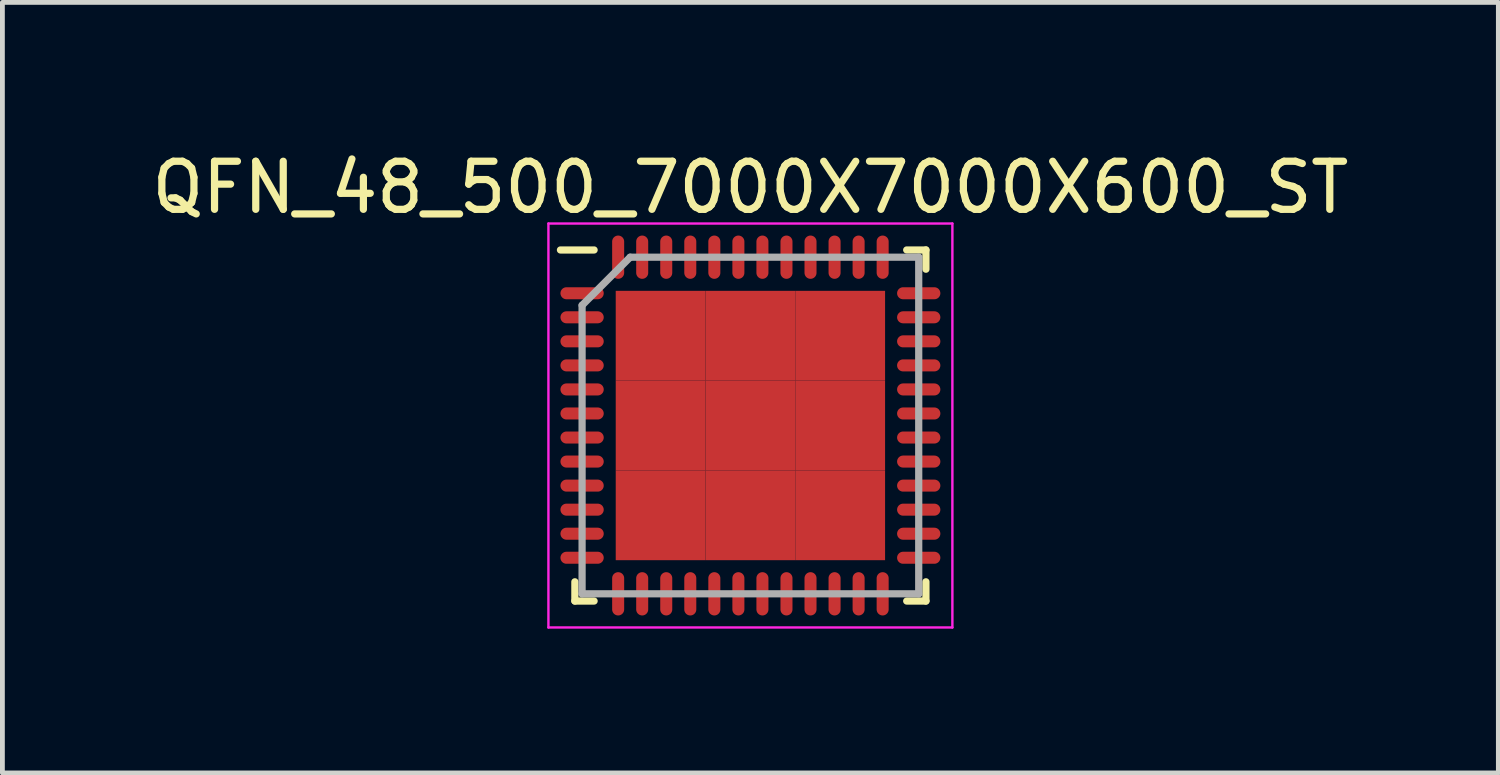
<source format=kicad_pcb>
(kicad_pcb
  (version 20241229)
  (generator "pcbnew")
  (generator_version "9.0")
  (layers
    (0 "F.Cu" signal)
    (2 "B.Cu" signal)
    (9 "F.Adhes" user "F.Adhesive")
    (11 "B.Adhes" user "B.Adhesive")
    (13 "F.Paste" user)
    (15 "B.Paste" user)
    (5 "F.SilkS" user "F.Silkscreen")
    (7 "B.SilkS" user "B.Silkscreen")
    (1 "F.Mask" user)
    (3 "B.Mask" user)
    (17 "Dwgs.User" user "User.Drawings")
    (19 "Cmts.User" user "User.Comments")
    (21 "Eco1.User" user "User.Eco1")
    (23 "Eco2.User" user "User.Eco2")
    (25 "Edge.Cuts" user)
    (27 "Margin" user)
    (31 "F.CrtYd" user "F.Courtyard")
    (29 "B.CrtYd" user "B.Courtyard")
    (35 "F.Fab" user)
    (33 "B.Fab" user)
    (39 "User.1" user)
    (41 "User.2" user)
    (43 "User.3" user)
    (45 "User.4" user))
  (footprint "QFN_48_500_7000X7000X600_ST"
    (layer "F.Cu")
    (at 12.554 5.798)
    (property "Reference" "QFN_48_500_7000X7000X600_ST" (at 0 -4.95 0) (layer "F.SilkS") (effects (font (size 1 1) (thickness 0.15))))
    (attr smd)
    (fp_line (start -3.65 3.65) (end -3.65 3.25) (stroke (width 0.15) (type solid)) (layer "F.SilkS"))
    (fp_line (start -3.25 -3.65) (end -3.95 -3.65) (stroke (width 0.15) (type solid)) (layer "F.SilkS"))
    (fp_line (start -3.25 3.65) (end -3.65 3.65) (stroke (width 0.15) (type solid)) (layer "F.SilkS"))
    (fp_line (start 3.25 -3.65) (end 3.65 -3.65) (stroke (width 0.15) (type solid)) (layer "F.SilkS"))
    (fp_line (start 3.25 3.65) (end 3.65 3.65) (stroke (width 0.15) (type solid)) (layer "F.SilkS"))
    (fp_line (start 3.65 -3.65) (end 3.65 -3.25) (stroke (width 0.15) (type solid)) (layer "F.SilkS"))
    (fp_line (start 3.65 3.65) (end 3.65 3.25) (stroke (width 0.15) (type solid)) (layer "F.SilkS"))
    (fp_line (start -4.2 -4.2) (end 4.2 -4.2) (stroke (width 0.05) (type solid)) (layer "F.CrtYd"))
    (fp_line (start -4.2 4.2) (end -4.2 -4.2) (stroke (width 0.05) (type solid)) (layer "F.CrtYd"))
    (fp_line (start 4.2 -4.2) (end 4.2 4.2) (stroke (width 0.05) (type solid)) (layer "F.CrtYd"))
    (fp_line (start 4.2 4.2) (end -4.2 4.2) (stroke (width 0.05) (type solid)) (layer "F.CrtYd"))
    (fp_line (start -3.5 -2.5) (end -3.5 3.5) (stroke (width 0.15) (type solid)) (layer "F.Fab"))
    (fp_line (start -3.5 3.5) (end 3.5 3.5) (stroke (width 0.15) (type solid)) (layer "F.Fab"))
    (fp_line (start -2.5 -3.5) (end -3.5 -2.5) (stroke (width 0.15) (type solid)) (layer "F.Fab"))
    (fp_line (start 3.5 -3.5) (end -2.5 -3.5) (stroke (width 0.15) (type solid)) (layer "F.Fab"))
    (fp_line (start 3.5 3.5) (end 3.5 -3.5) (stroke (width 0.15) (type solid)) (layer "F.Fab"))
    (pad "1" smd oval (at -3.5 -2.75 90) (size 0.25 0.9) (layers "F.Cu" "F.Mask" "F.Paste"))
    (pad "2" smd oval (at -3.5 -2.25 90) (size 0.25 0.9) (layers "F.Cu" "F.Mask" "F.Paste"))
    (pad "3" smd oval (at -3.5 -1.75 90) (size 0.25 0.9) (layers "F.Cu" "F.Mask" "F.Paste"))
    (pad "4" smd oval (at -3.5 -1.25 90) (size 0.25 0.9) (layers "F.Cu" "F.Mask" "F.Paste"))
    (pad "5" smd oval (at -3.5 -0.75 90) (size 0.25 0.9) (layers "F.Cu" "F.Mask" "F.Paste"))
    (pad "6" smd oval (at -3.5 -0.25 90) (size 0.25 0.9) (layers "F.Cu" "F.Mask" "F.Paste"))
    (pad "7" smd oval (at -3.5 0.25 90) (size 0.25 0.9) (layers "F.Cu" "F.Mask" "F.Paste"))
    (pad "8" smd oval (at -3.5 0.75 90) (size 0.25 0.9) (layers "F.Cu" "F.Mask" "F.Paste"))
    (pad "9" smd oval (at -3.5 1.25 90) (size 0.25 0.9) (layers "F.Cu" "F.Mask" "F.Paste"))
    (pad "10" smd oval (at -3.5 1.75 90) (size 0.25 0.9) (layers "F.Cu" "F.Mask" "F.Paste"))
    (pad "11" smd oval (at -3.5 2.25 90) (size 0.25 0.9) (layers "F.Cu" "F.Mask" "F.Paste"))
    (pad "12" smd oval (at -3.5 2.75 90) (size 0.25 0.9) (layers "F.Cu" "F.Mask" "F.Paste"))
    (pad "13" smd oval (at -2.75 3.5) (size 0.25 0.9) (layers "F.Cu" "F.Mask" "F.Paste"))
    (pad "14" smd oval (at -2.25 3.5) (size 0.25 0.9) (layers "F.Cu" "F.Mask" "F.Paste"))
    (pad "15" smd oval (at -1.75 3.5) (size 0.25 0.9) (layers "F.Cu" "F.Mask" "F.Paste"))
    (pad "16" smd oval (at -1.25 3.5) (size 0.25 0.9) (layers "F.Cu" "F.Mask" "F.Paste"))
    (pad "17" smd oval (at -0.75 3.5) (size 0.25 0.9) (layers "F.Cu" "F.Mask" "F.Paste"))
    (pad "18" smd oval (at -0.25 3.5) (size 0.25 0.9) (layers "F.Cu" "F.Mask" "F.Paste"))
    (pad "19" smd oval (at 0.25 3.5) (size 0.25 0.9) (layers "F.Cu" "F.Mask" "F.Paste"))
    (pad "20" smd oval (at 0.75 3.5) (size 0.25 0.9) (layers "F.Cu" "F.Mask" "F.Paste"))
    (pad "21" smd oval (at 1.25 3.5) (size 0.25 0.9) (layers "F.Cu" "F.Mask" "F.Paste"))
    (pad "22" smd oval (at 1.75 3.5) (size 0.25 0.9) (layers "F.Cu" "F.Mask" "F.Paste"))
    (pad "23" smd oval (at 2.25 3.5) (size 0.25 0.9) (layers "F.Cu" "F.Mask" "F.Paste"))
    (pad "24" smd oval (at 2.75 3.5) (size 0.25 0.9) (layers "F.Cu" "F.Mask" "F.Paste"))
    (pad "25" smd oval (at 3.5 2.75 90) (size 0.25 0.9) (layers "F.Cu" "F.Mask" "F.Paste"))
    (pad "26" smd oval (at 3.5 2.25 90) (size 0.25 0.9) (layers "F.Cu" "F.Mask" "F.Paste"))
    (pad "27" smd oval (at 3.5 1.75 90) (size 0.25 0.9) (layers "F.Cu" "F.Mask" "F.Paste"))
    (pad "28" smd oval (at 3.5 1.25 90) (size 0.25 0.9) (layers "F.Cu" "F.Mask" "F.Paste"))
    (pad "29" smd oval (at 3.5 0.75 90) (size 0.25 0.9) (layers "F.Cu" "F.Mask" "F.Paste"))
    (pad "30" smd oval (at 3.5 0.25 90) (size 0.25 0.9) (layers "F.Cu" "F.Mask" "F.Paste"))
    (pad "31" smd oval (at 3.5 -0.25 90) (size 0.25 0.9) (layers "F.Cu" "F.Mask" "F.Paste"))
    (pad "32" smd oval (at 3.5 -0.75 90) (size 0.25 0.9) (layers "F.Cu" "F.Mask" "F.Paste"))
    (pad "33" smd oval (at 3.5 -1.25 90) (size 0.25 0.9) (layers "F.Cu" "F.Mask" "F.Paste"))
    (pad "34" smd oval (at 3.5 -1.75 90) (size 0.25 0.9) (layers "F.Cu" "F.Mask" "F.Paste"))
    (pad "35" smd oval (at 3.5 -2.25 90) (size 0.25 0.9) (layers "F.Cu" "F.Mask" "F.Paste"))
    (pad "36" smd oval (at 3.5 -2.75 90) (size 0.25 0.9) (layers "F.Cu" "F.Mask" "F.Paste"))
    (pad "37" smd oval (at 2.75 -3.5) (size 0.25 0.9) (layers "F.Cu" "F.Mask" "F.Paste"))
    (pad "38" smd oval (at 2.25 -3.5) (size 0.25 0.9) (layers "F.Cu" "F.Mask" "F.Paste"))
    (pad "39" smd oval (at 1.75 -3.5) (size 0.25 0.9) (layers "F.Cu" "F.Mask" "F.Paste"))
    (pad "40" smd oval (at 1.25 -3.5) (size 0.25 0.9) (layers "F.Cu" "F.Mask" "F.Paste"))
    (pad "41" smd oval (at 0.75 -3.5) (size 0.25 0.9) (layers "F.Cu" "F.Mask" "F.Paste"))
    (pad "42" smd oval (at 0.25 -3.5) (size 0.25 0.9) (layers "F.Cu" "F.Mask" "F.Paste"))
    (pad "43" smd oval (at -0.25 -3.5) (size 0.25 0.9) (layers "F.Cu" "F.Mask" "F.Paste"))
    (pad "44" smd oval (at -0.75 -3.5) (size 0.25 0.9) (layers "F.Cu" "F.Mask" "F.Paste"))
    (pad "45" smd oval (at -1.25 -3.5) (size 0.25 0.9) (layers "F.Cu" "F.Mask" "F.Paste"))
    (pad "46" smd oval (at -1.75 -3.5) (size 0.25 0.9) (layers "F.Cu" "F.Mask" "F.Paste"))
    (pad "47" smd oval (at -2.25 -3.5) (size 0.25 0.9) (layers "F.Cu" "F.Mask" "F.Paste"))
    (pad "48" smd oval (at -2.75 -3.5) (size 0.25 0.9) (layers "F.Cu" "F.Mask" "F.Paste"))
    (pad "49" smd rect (at -1.867 -1.867) (size 1.867 1.867) (layers "F.Cu" "F.Mask" "F.Paste"))
    (pad "49" smd rect (at -1.867 0) (size 1.867 1.867) (layers "F.Cu" "F.Mask" "F.Paste"))
    (pad "49" smd rect (at -1.867 1.867) (size 1.867 1.867) (layers "F.Cu" "F.Mask" "F.Paste"))
    (pad "49" smd rect (at 0 -1.867) (size 1.867 1.867) (layers "F.Cu" "F.Mask" "F.Paste"))
    (pad "49" smd rect (at 0 0) (size 1.867 1.867) (layers "F.Cu" "F.Mask" "F.Paste"))
    (pad "49" smd rect (at 0 1.867) (size 1.867 1.867) (layers "F.Cu" "F.Mask" "F.Paste"))
    (pad "49" smd rect (at 1.867 -1.867) (size 1.867 1.867) (layers "F.Cu" "F.Mask" "F.Paste"))
    (pad "49" smd rect (at 1.867 0) (size 1.867 1.867) (layers "F.Cu" "F.Mask" "F.Paste"))
    (pad "49" smd rect (at 1.867 1.867) (size 1.867 1.867) (layers "F.Cu" "F.Mask" "F.Paste")))
  (gr_rect
    (start -3 -3)
    (end 28.107 13.023)
    (stroke (width 0.1) (type default))
    (fill no)
    (layer "Edge.Cuts")))
</source>
